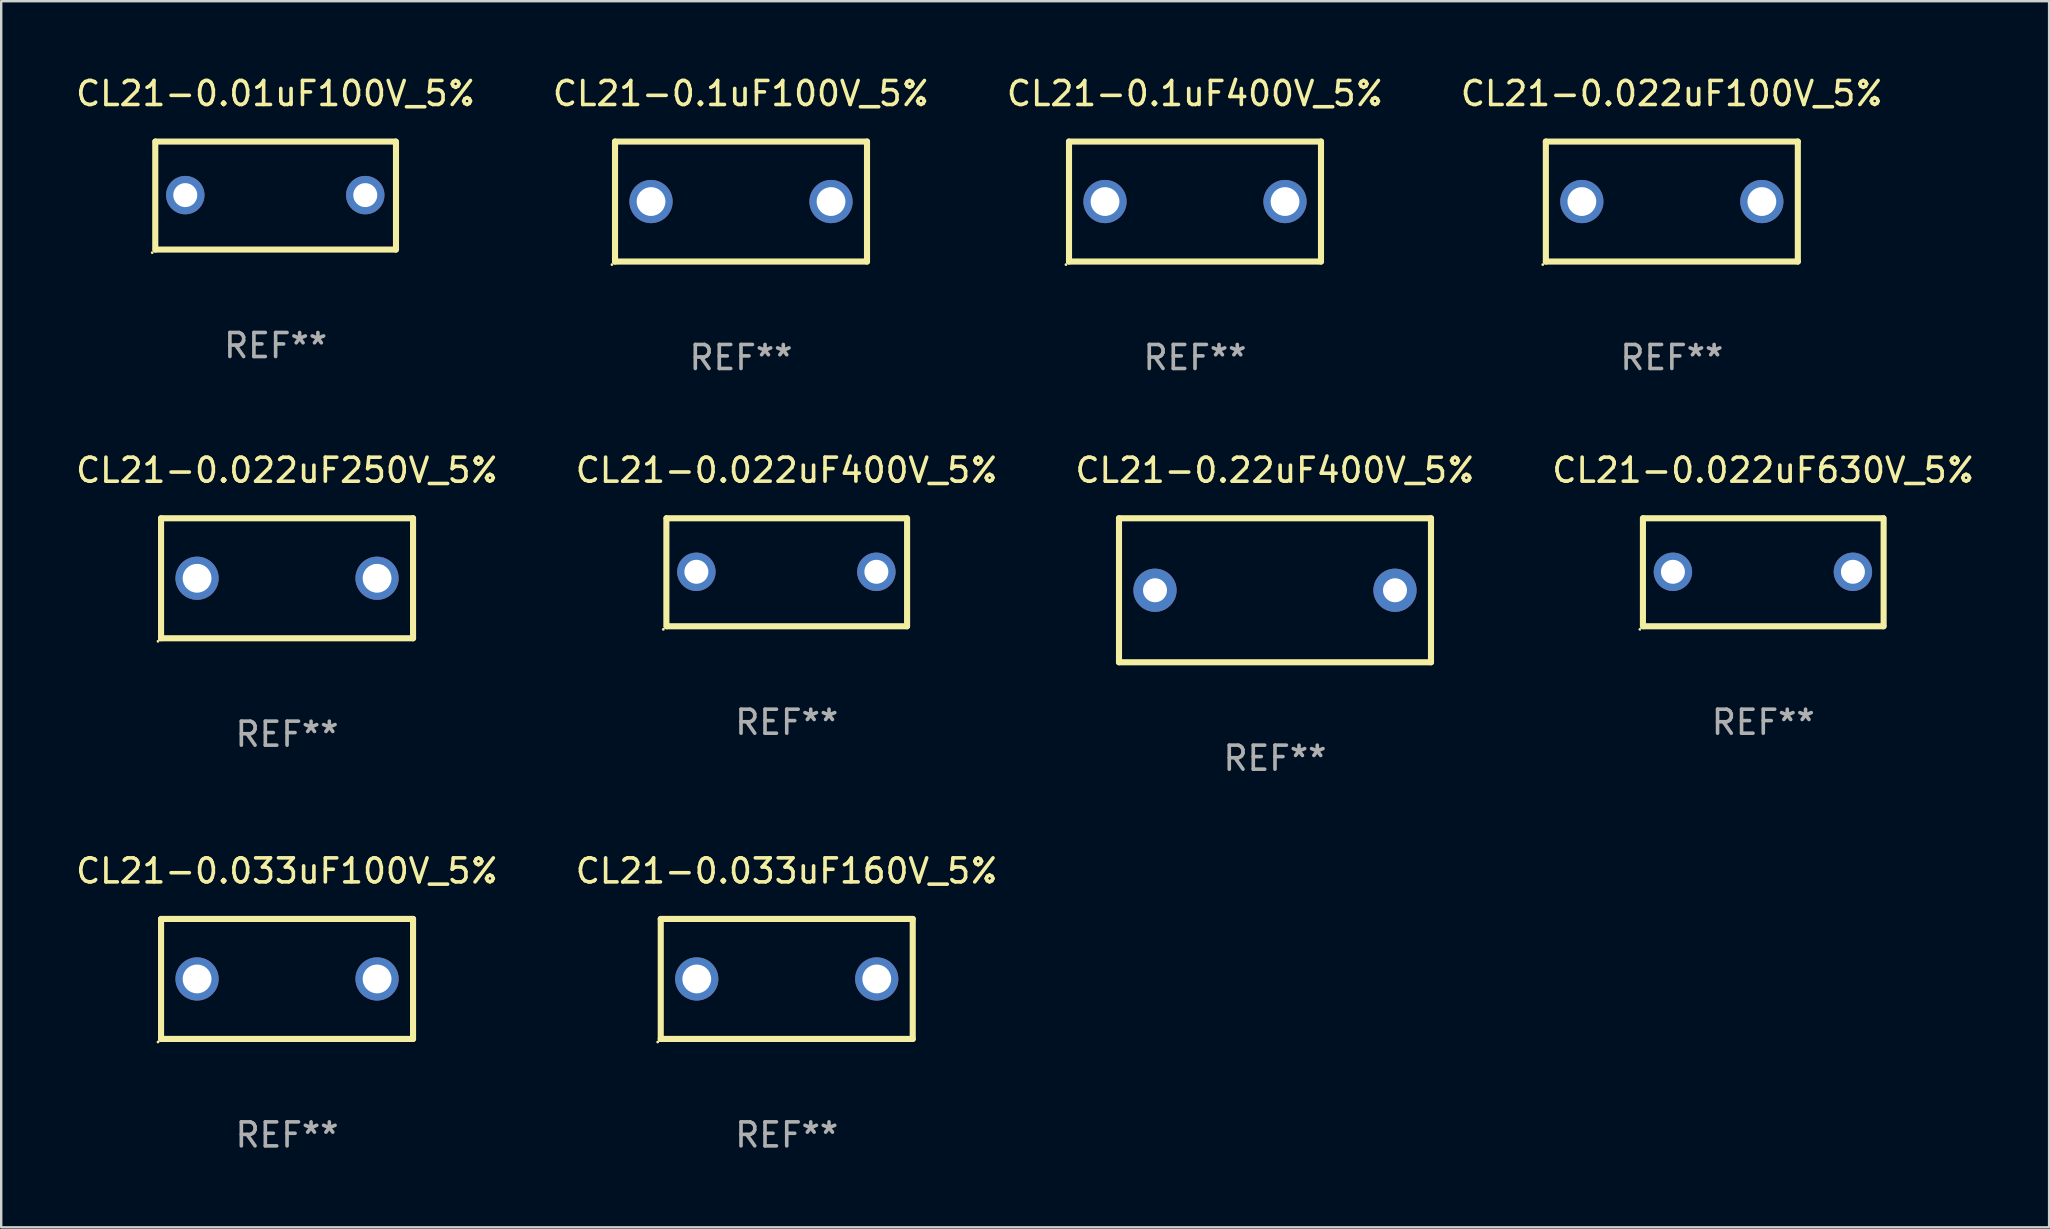
<source format=kicad_pcb>
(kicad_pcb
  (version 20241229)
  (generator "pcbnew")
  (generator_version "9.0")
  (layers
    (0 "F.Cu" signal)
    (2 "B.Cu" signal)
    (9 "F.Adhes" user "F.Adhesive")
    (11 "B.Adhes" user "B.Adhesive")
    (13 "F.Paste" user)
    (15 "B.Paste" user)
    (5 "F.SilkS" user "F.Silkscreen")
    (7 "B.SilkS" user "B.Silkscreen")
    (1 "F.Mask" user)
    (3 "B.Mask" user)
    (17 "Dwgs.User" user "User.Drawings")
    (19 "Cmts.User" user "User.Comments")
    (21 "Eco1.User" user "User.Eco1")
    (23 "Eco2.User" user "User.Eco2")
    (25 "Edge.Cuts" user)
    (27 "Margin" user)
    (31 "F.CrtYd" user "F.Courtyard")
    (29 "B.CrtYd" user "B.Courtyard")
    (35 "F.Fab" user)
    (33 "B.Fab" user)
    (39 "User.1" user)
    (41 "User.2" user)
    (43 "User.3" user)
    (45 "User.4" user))
  (footprint "CL21-0.22uF400V_5%"
    (layer "F.Cu")
    (at 50.077 21.545)
    (property "Reference" "CL21-0.22uF400V_5%" (at 0 -5 0) (layer "F.SilkS") (effects (font (size 1 1) (thickness 0.15))))
    (attr through_hole)
    (fp_line (start -6.5 -3) (end 6.5 -3) (stroke (width 0.254) (type solid)) (layer "F.SilkS"))
    (fp_line (start -6.5 3) (end -6.5 -3) (stroke (width 0.254) (type solid)) (layer "F.SilkS"))
    (fp_line (start 6.5 -3) (end 6.5 3) (stroke (width 0.254) (type solid)) (layer "F.SilkS"))
    (fp_line (start 6.5 3) (end -6.5 3) (stroke (width 0.254) (type solid)) (layer "F.SilkS"))
    (fp_circle (center -6.5 3) (end -6.47 3) (stroke (width 0.06) (type solid)) (fill no) (layer "F.SilkS"))
    (fp_text user "REF**" (at 0 7 0) (layer "F.Fab") (effects (font (size 1 1) (thickness 0.15))))
    (pad "1" thru_hole circle (at -5 0) (size 1.8 1.8) (drill 1) (layers "*.Cu" "*.Mask"))
    (pad "2" thru_hole circle (at 5 0) (size 1.8 1.8) (drill 1) (layers "*.Cu" "*.Mask")))
  (footprint "CL21-0.01uF100V_5%"
    (layer "F.Cu")
    (at 8.435 5.099)
    (property "Reference" "CL21-0.01uF100V_5%" (at 0 -4.251 0) (layer "F.SilkS") (effects (font (size 1 1) (thickness 0.15))))
    (attr through_hole)
    (fp_line (start -5.015 2.25) (end -5.015 -2.251) (stroke (width 0.254) (type solid)) (layer "F.SilkS"))
    (fp_line (start -5.005 -2.25) (end 4.995 -2.25) (stroke (width 0.254) (type solid)) (layer "F.SilkS"))
    (fp_line (start 5.005 2.25) (end -4.995 2.25) (stroke (width 0.254) (type solid)) (layer "F.SilkS"))
    (fp_line (start 5.015 -2.25) (end 5.015 2.251) (stroke (width 0.254) (type solid)) (layer "F.SilkS"))
    (fp_circle (center -5.142 2.378) (end -5.112 2.378) (stroke (width 0.06) (type solid)) (fill no) (layer "F.SilkS"))
    (fp_text user "REF**" (at 0 6.251 0) (layer "F.Fab") (effects (font (size 1 1) (thickness 0.15))))
    (pad "1" thru_hole circle (at -3.765 -0.019) (size 1.6 1.6) (drill 1) (layers "*.Cu" "*.Mask"))
    (pad "2" thru_hole circle (at 3.735 -0.019) (size 1.6 1.6) (drill 1) (layers "*.Cu" "*.Mask")))
  (footprint "CL21-0.022uF400V_5%"
    (layer "F.Cu")
    (at 29.732 20.795)
    (property "Reference" "CL21-0.022uF400V_5%" (at 0 -4.251 0) (layer "F.SilkS") (effects (font (size 1 1) (thickness 0.15))))
    (attr through_hole)
    (fp_line (start -5.015 2.25) (end -5.015 -2.251) (stroke (width 0.254) (type solid)) (layer "F.SilkS"))
    (fp_line (start -5.005 -2.25) (end 4.995 -2.25) (stroke (width 0.254) (type solid)) (layer "F.SilkS"))
    (fp_line (start 5.005 2.25) (end -4.995 2.25) (stroke (width 0.254) (type solid)) (layer "F.SilkS"))
    (fp_line (start 5.015 -2.25) (end 5.015 2.251) (stroke (width 0.254) (type solid)) (layer "F.SilkS"))
    (fp_circle (center -5.142 2.378) (end -5.112 2.378) (stroke (width 0.06) (type solid)) (fill no) (layer "F.SilkS"))
    (fp_text user "REF**" (at 0 6.251 0) (layer "F.Fab") (effects (font (size 1 1) (thickness 0.15))))
    (pad "1" thru_hole circle (at -3.765 -0.019) (size 1.6 1.6) (drill 1) (layers "*.Cu" "*.Mask"))
    (pad "2" thru_hole circle (at 3.735 -0.019) (size 1.6 1.6) (drill 1) (layers "*.Cu" "*.Mask")))
  (footprint "CL21-0.033uF100V_5%"
    (layer "F.Cu")
    (at 8.911 37.741)
    (property "Reference" "CL21-0.033uF100V_5%" (at 0 -4.5 0) (layer "F.SilkS") (effects (font (size 1 1) (thickness 0.15))))
    (attr through_hole)
    (fp_line (start -5.25 -2.5) (end 5.25 -2.5) (stroke (width 0.254) (type solid)) (layer "F.SilkS"))
    (fp_line (start -5.25 2.5) (end -5.25 -2.5) (stroke (width 0.254) (type solid)) (layer "F.SilkS"))
    (fp_line (start 5.25 -2.5) (end 5.25 2.5) (stroke (width 0.254) (type solid)) (layer "F.SilkS"))
    (fp_line (start 5.25 2.5) (end -5.25 2.5) (stroke (width 0.254) (type solid)) (layer "F.SilkS"))
    (fp_circle (center -5.377 2.627) (end -5.347 2.627) (stroke (width 0.06) (type solid)) (fill no) (layer "F.SilkS"))
    (fp_text user "REF**" (at 0 6.5 0) (layer "F.Fab") (effects (font (size 1 1) (thickness 0.15))))
    (pad "1" thru_hole circle (at -3.75 0) (size 1.8 1.8) (drill 1.2) (layers "*.Cu" "*.Mask"))
    (pad "2" thru_hole circle (at 3.75 0) (size 1.8 1.8) (drill 1.2) (layers "*.Cu" "*.Mask")))
  (footprint "CL21-0.1uF100V_5%"
    (layer "F.Cu")
    (at 27.827 5.348)
    (property "Reference" "CL21-0.1uF100V_5%" (at 0 -4.5 0) (layer "F.SilkS") (effects (font (size 1 1) (thickness 0.15))))
    (attr through_hole)
    (fp_line (start -5.25 -2.5) (end 5.25 -2.5) (stroke (width 0.254) (type solid)) (layer "F.SilkS"))
    (fp_line (start -5.25 2.5) (end -5.25 -2.5) (stroke (width 0.254) (type solid)) (layer "F.SilkS"))
    (fp_line (start 5.25 -2.5) (end 5.25 2.5) (stroke (width 0.254) (type solid)) (layer "F.SilkS"))
    (fp_line (start 5.25 2.5) (end -5.25 2.5) (stroke (width 0.254) (type solid)) (layer "F.SilkS"))
    (fp_circle (center -5.377 2.627) (end -5.347 2.627) (stroke (width 0.06) (type solid)) (fill no) (layer "F.SilkS"))
    (fp_text user "REF**" (at 0 6.5 0) (layer "F.Fab") (effects (font (size 1 1) (thickness 0.15))))
    (pad "1" thru_hole circle (at -3.75 0) (size 1.8 1.8) (drill 1.2) (layers "*.Cu" "*.Mask"))
    (pad "2" thru_hole circle (at 3.75 0) (size 1.8 1.8) (drill 1.2) (layers "*.Cu" "*.Mask")))
  (footprint "CL21-0.033uF160V_5%"
    (layer "F.Cu")
    (at 29.732 37.741)
    (property "Reference" "CL21-0.033uF160V_5%" (at 0 -4.5 0) (layer "F.SilkS") (effects (font (size 1 1) (thickness 0.15))))
    (attr through_hole)
    (fp_line (start -5.25 -2.5) (end 5.25 -2.5) (stroke (width 0.254) (type solid)) (layer "F.SilkS"))
    (fp_line (start -5.25 2.5) (end -5.25 -2.5) (stroke (width 0.254) (type solid)) (layer "F.SilkS"))
    (fp_line (start 5.25 -2.5) (end 5.25 2.5) (stroke (width 0.254) (type solid)) (layer "F.SilkS"))
    (fp_line (start 5.25 2.5) (end -5.25 2.5) (stroke (width 0.254) (type solid)) (layer "F.SilkS"))
    (fp_circle (center -5.377 2.627) (end -5.347 2.627) (stroke (width 0.06) (type solid)) (fill no) (layer "F.SilkS"))
    (fp_text user "REF**" (at 0 6.5 0) (layer "F.Fab") (effects (font (size 1 1) (thickness 0.15))))
    (pad "1" thru_hole circle (at -3.75 0) (size 1.8 1.8) (drill 1.2) (layers "*.Cu" "*.Mask"))
    (pad "2" thru_hole circle (at 3.75 0) (size 1.8 1.8) (drill 1.2) (layers "*.Cu" "*.Mask")))
  (footprint "CL21-0.022uF250V_5%"
    (layer "F.Cu")
    (at 8.911 21.045)
    (property "Reference" "CL21-0.022uF250V_5%" (at 0 -4.5 0) (layer "F.SilkS") (effects (font (size 1 1) (thickness 0.15))))
    (attr through_hole)
    (fp_line (start -5.25 -2.5) (end 5.25 -2.5) (stroke (width 0.254) (type solid)) (layer "F.SilkS"))
    (fp_line (start -5.25 2.5) (end -5.25 -2.5) (stroke (width 0.254) (type solid)) (layer "F.SilkS"))
    (fp_line (start 5.25 -2.5) (end 5.25 2.5) (stroke (width 0.254) (type solid)) (layer "F.SilkS"))
    (fp_line (start 5.25 2.5) (end -5.25 2.5) (stroke (width 0.254) (type solid)) (layer "F.SilkS"))
    (fp_circle (center -5.377 2.627) (end -5.347 2.627) (stroke (width 0.06) (type solid)) (fill no) (layer "F.SilkS"))
    (fp_text user "REF**" (at 0 6.5 0) (layer "F.Fab") (effects (font (size 1 1) (thickness 0.15))))
    (pad "1" thru_hole circle (at -3.75 0) (size 1.8 1.8) (drill 1.2) (layers "*.Cu" "*.Mask"))
    (pad "2" thru_hole circle (at 3.75 0) (size 1.8 1.8) (drill 1.2) (layers "*.Cu" "*.Mask")))
  (footprint "CL21-0.1uF400V_5%"
    (layer "F.Cu")
    (at 46.744 5.348)
    (property "Reference" "CL21-0.1uF400V_5%" (at 0 -4.5 0) (layer "F.SilkS") (effects (font (size 1 1) (thickness 0.15))))
    (attr through_hole)
    (fp_line (start -5.25 -2.5) (end 5.25 -2.5) (stroke (width 0.254) (type solid)) (layer "F.SilkS"))
    (fp_line (start -5.25 2.5) (end -5.25 -2.5) (stroke (width 0.254) (type solid)) (layer "F.SilkS"))
    (fp_line (start 5.25 -2.5) (end 5.25 2.5) (stroke (width 0.254) (type solid)) (layer "F.SilkS"))
    (fp_line (start 5.25 2.5) (end -5.25 2.5) (stroke (width 0.254) (type solid)) (layer "F.SilkS"))
    (fp_circle (center -5.377 2.627) (end -5.347 2.627) (stroke (width 0.06) (type solid)) (fill no) (layer "F.SilkS"))
    (fp_text user "REF**" (at 0 6.5 0) (layer "F.Fab") (effects (font (size 1 1) (thickness 0.15))))
    (pad "1" thru_hole circle (at -3.75 0) (size 1.8 1.8) (drill 1.2) (layers "*.Cu" "*.Mask"))
    (pad "2" thru_hole circle (at 3.75 0) (size 1.8 1.8) (drill 1.2) (layers "*.Cu" "*.Mask")))
  (footprint "CL21-0.022uF630V_5%"
    (layer "F.Cu")
    (at 70.423 20.795)
    (property "Reference" "CL21-0.022uF630V_5%" (at 0 -4.251 0) (layer "F.SilkS") (effects (font (size 1 1) (thickness 0.15))))
    (attr through_hole)
    (fp_line (start -5.015 2.25) (end -5.015 -2.251) (stroke (width 0.254) (type solid)) (layer "F.SilkS"))
    (fp_line (start -5.005 -2.25) (end 4.995 -2.25) (stroke (width 0.254) (type solid)) (layer "F.SilkS"))
    (fp_line (start 5.005 2.25) (end -4.995 2.25) (stroke (width 0.254) (type solid)) (layer "F.SilkS"))
    (fp_line (start 5.015 -2.25) (end 5.015 2.251) (stroke (width 0.254) (type solid)) (layer "F.SilkS"))
    (fp_circle (center -5.142 2.378) (end -5.112 2.378) (stroke (width 0.06) (type solid)) (fill no) (layer "F.SilkS"))
    (fp_text user "REF**" (at 0 6.251 0) (layer "F.Fab") (effects (font (size 1 1) (thickness 0.15))))
    (pad "1" thru_hole circle (at -3.765 -0.019) (size 1.6 1.6) (drill 1) (layers "*.Cu" "*.Mask"))
    (pad "2" thru_hole circle (at 3.735 -0.019) (size 1.6 1.6) (drill 1) (layers "*.Cu" "*.Mask")))
  (footprint "CL21-0.022uF100V_5%"
    (layer "F.Cu")
    (at 66.613 5.348)
    (property "Reference" "CL21-0.022uF100V_5%" (at 0 -4.5 0) (layer "F.SilkS") (effects (font (size 1 1) (thickness 0.15))))
    (attr through_hole)
    (fp_line (start -5.25 -2.5) (end 5.25 -2.5) (stroke (width 0.254) (type solid)) (layer "F.SilkS"))
    (fp_line (start -5.25 2.5) (end -5.25 -2.5) (stroke (width 0.254) (type solid)) (layer "F.SilkS"))
    (fp_line (start 5.25 -2.5) (end 5.25 2.5) (stroke (width 0.254) (type solid)) (layer "F.SilkS"))
    (fp_line (start 5.25 2.5) (end -5.25 2.5) (stroke (width 0.254) (type solid)) (layer "F.SilkS"))
    (fp_circle (center -5.377 2.627) (end -5.347 2.627) (stroke (width 0.06) (type solid)) (fill no) (layer "F.SilkS"))
    (fp_text user "REF**" (at 0 6.5 0) (layer "F.Fab") (effects (font (size 1 1) (thickness 0.15))))
    (pad "1" thru_hole circle (at -3.75 0) (size 1.8 1.8) (drill 1.2) (layers "*.Cu" "*.Mask"))
    (pad "2" thru_hole circle (at 3.75 0) (size 1.8 1.8) (drill 1.2) (layers "*.Cu" "*.Mask")))
  (gr_rect
    (start -3 -3)
    (end 82.333 48.09)
    (stroke (width 0.1) (type default))
    (fill no)
    (layer "Edge.Cuts")))
</source>
